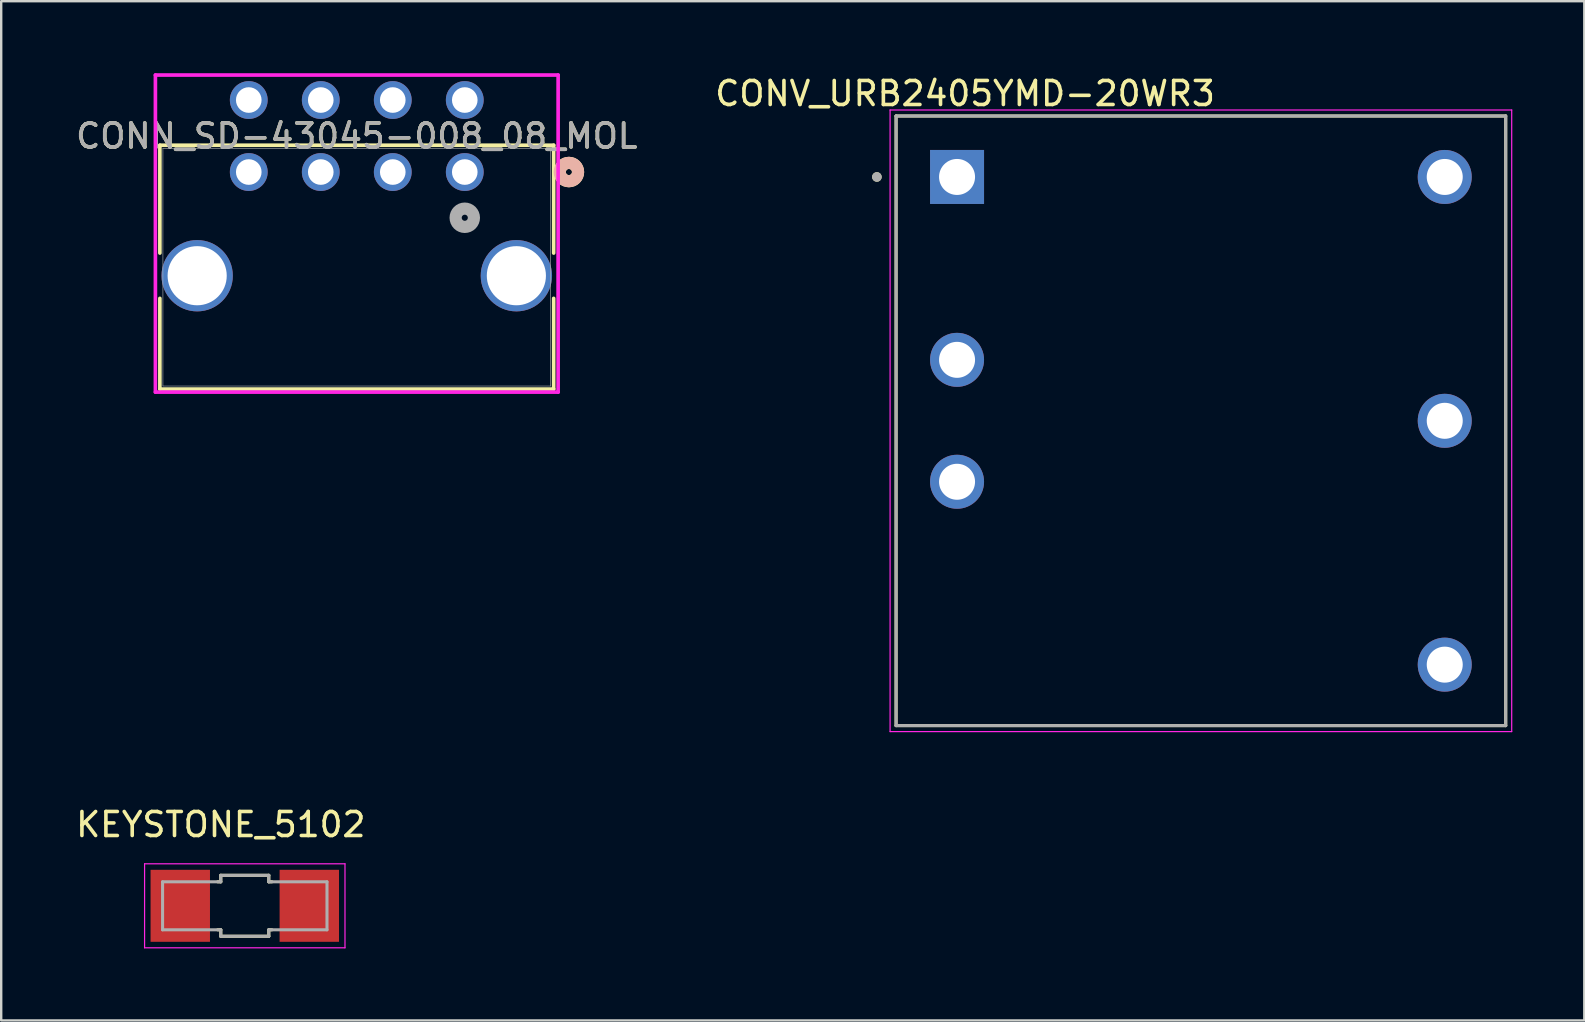
<source format=kicad_pcb>
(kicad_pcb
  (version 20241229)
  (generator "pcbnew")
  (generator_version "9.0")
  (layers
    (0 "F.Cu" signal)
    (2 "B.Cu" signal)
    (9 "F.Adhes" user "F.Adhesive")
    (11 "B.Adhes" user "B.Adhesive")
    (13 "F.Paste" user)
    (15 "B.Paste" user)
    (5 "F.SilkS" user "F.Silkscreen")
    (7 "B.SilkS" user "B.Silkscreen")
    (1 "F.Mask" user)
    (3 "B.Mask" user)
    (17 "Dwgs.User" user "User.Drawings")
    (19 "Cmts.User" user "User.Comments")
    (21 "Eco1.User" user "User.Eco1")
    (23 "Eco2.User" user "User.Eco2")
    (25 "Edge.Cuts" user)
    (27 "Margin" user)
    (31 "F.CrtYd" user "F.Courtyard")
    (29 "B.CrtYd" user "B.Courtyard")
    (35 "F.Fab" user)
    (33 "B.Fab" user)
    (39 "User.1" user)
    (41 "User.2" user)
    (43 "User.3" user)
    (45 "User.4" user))
  (footprint "CONV_URB2405YMD-20WR3"
    (layer "F.Cu")
    (at 46.986 14.483)
    (property "Reference" "CONV_URB2405YMD-20WR3" (at -9.825 -13.635 0) (layer "F.SilkS") (effects (font (size 1 1) (thickness 0.15))))
    (attr through_hole)
    (fp_line (start -12.7 -12.7) (end 12.7 -12.7) (stroke (width 0.127) (type solid)) (layer "F.SilkS"))
    (fp_line (start -12.7 12.7) (end -12.7 -12.7) (stroke (width 0.127) (type solid)) (layer "F.SilkS"))
    (fp_line (start 12.7 -12.7) (end 12.7 12.7) (stroke (width 0.127) (type solid)) (layer "F.SilkS"))
    (fp_line (start 12.7 12.7) (end -12.7 12.7) (stroke (width 0.127) (type solid)) (layer "F.SilkS"))
    (fp_circle (center -13.5 -10.16) (end -13.4 -10.16) (stroke (width 0.2) (type solid)) (fill no) (layer "F.SilkS"))
    (fp_line (start -12.95 -12.95) (end 12.95 -12.95) (stroke (width 0.05) (type solid)) (layer "F.CrtYd"))
    (fp_line (start -12.95 12.95) (end -12.95 -12.95) (stroke (width 0.05) (type solid)) (layer "F.CrtYd"))
    (fp_line (start 12.95 -12.95) (end 12.95 12.95) (stroke (width 0.05) (type solid)) (layer "F.CrtYd"))
    (fp_line (start 12.95 12.95) (end -12.95 12.95) (stroke (width 0.05) (type solid)) (layer "F.CrtYd"))
    (fp_line (start -12.7 -12.7) (end -12.7 12.7) (stroke (width 0.127) (type solid)) (layer "F.Fab"))
    (fp_line (start -12.7 -12.7) (end 12.7 -12.7) (stroke (width 0.127) (type solid)) (layer "F.Fab"))
    (fp_line (start -12.7 12.7) (end 12.7 12.7) (stroke (width 0.127) (type solid)) (layer "F.Fab"))
    (fp_line (start 12.7 12.7) (end 12.7 -12.7) (stroke (width 0.127) (type solid)) (layer "F.Fab"))
    (fp_circle (center -13.5 -10.16) (end -13.4 -10.16) (stroke (width 0.2) (type solid)) (fill no) (layer "F.Fab"))
    (pad "1" thru_hole rect (at -10.16 -10.16) (size 2.25 2.25) (drill 1.5) (layers "*.Cu" "*.Mask"))
    (pad "2" thru_hole circle (at -10.16 -2.54) (size 2.25 2.25) (drill 1.5) (layers "*.Cu" "*.Mask"))
    (pad "3" thru_hole circle (at -10.16 2.54) (size 2.25 2.25) (drill 1.5) (layers "*.Cu" "*.Mask"))
    (pad "4" thru_hole circle (at 10.16 10.16) (size 2.25 2.25) (drill 1.5) (layers "*.Cu" "*.Mask"))
    (pad "5" thru_hole circle (at 10.16 0) (size 2.25 2.25) (drill 1.5) (layers "*.Cu" "*.Mask"))
    (pad "6" thru_hole circle (at 10.16 -10.16) (size 2.25 2.25) (drill 1.5) (layers "*.Cu" "*.Mask")))
  (footprint "CONN_SD-43045-008_08_MOL"
    (layer "F.Cu")
    (at 16.315 4.118)
    (property "Reference" "CONN_SD-43045-008_08_MOL" (at -4.5 -1.5 0) (unlocked yes) (layer "F.SilkS") (effects (font (size 1 1) (thickness 0.15))))
    (attr through_hole)
    (fp_line (start -12.704 -1.117) (end -12.704 3.376) (stroke (width 0.152) (type solid)) (layer "F.SilkS"))
    (fp_line (start -12.704 5.264) (end -12.704 9.043) (stroke (width 0.152) (type solid)) (layer "F.SilkS"))
    (fp_line (start -12.704 9.043) (end 3.704 9.043) (stroke (width 0.152) (type solid)) (layer "F.SilkS"))
    (fp_line (start 3.704 -1.117) (end -12.704 -1.117) (stroke (width 0.152) (type solid)) (layer "F.SilkS"))
    (fp_line (start 3.704 3.376) (end 3.704 -1.117) (stroke (width 0.152) (type solid)) (layer "F.SilkS"))
    (fp_line (start 3.704 9.043) (end 3.704 5.264) (stroke (width 0.152) (type solid)) (layer "F.SilkS"))
    (fp_circle (center 4.339 0) (end 4.72 0) (stroke (width 0.508) (type solid)) (fill no) (layer "F.SilkS"))
    (fp_circle (center 4.339 0) (end 4.72 0) (stroke (width 0.508) (type solid)) (fill no) (layer "B.SilkS"))
    (fp_line (start -12.89 -4.041) (end -12.89 9.17) (stroke (width 0.152) (type solid)) (layer "F.CrtYd"))
    (fp_line (start -12.89 9.17) (end 3.89 9.17) (stroke (width 0.152) (type solid)) (layer "F.CrtYd"))
    (fp_line (start 3.89 -4.041) (end -12.89 -4.041) (stroke (width 0.152) (type solid)) (layer "F.CrtYd"))
    (fp_line (start 3.89 9.17) (end 3.89 -4.041) (stroke (width 0.152) (type solid)) (layer "F.CrtYd"))
    (fp_line (start -12.577 -0.99) (end -12.577 8.916) (stroke (width 0.025) (type solid)) (layer "F.Fab"))
    (fp_line (start -12.577 8.916) (end 3.577 8.916) (stroke (width 0.025) (type solid)) (layer "F.Fab"))
    (fp_line (start 3.577 -0.99) (end -12.577 -0.99) (stroke (width 0.025) (type solid)) (layer "F.Fab"))
    (fp_line (start 3.577 8.916) (end 3.577 -0.99) (stroke (width 0.025) (type solid)) (layer "F.Fab"))
    (fp_circle (center 0 1.905) (end 0.381 1.905) (stroke (width 0.508) (type solid)) (fill no) (layer "F.Fab"))
    (fp_text user "${REFERENCE}" (at -4.5 -1.5 0) (unlocked yes) (layer "F.Fab") (effects (font (size 1 1) (thickness 0.15))))
    (pad "1" thru_hole circle (at 0 0) (size 1.575 1.575) (drill 1.067) (layers "*.Cu" "*.Mask"))
    (pad "2" thru_hole circle (at -3 0) (size 1.575 1.575) (drill 1.067) (layers "*.Cu" "*.Mask"))
    (pad "3" thru_hole circle (at -6 0) (size 1.575 1.575) (drill 1.067) (layers "*.Cu" "*.Mask"))
    (pad "4" thru_hole circle (at -9 0) (size 1.575 1.575) (drill 1.067) (layers "*.Cu" "*.Mask"))
    (pad "5" thru_hole circle (at 0 -3) (size 1.575 1.575) (drill 1.067) (layers "*.Cu" "*.Mask"))
    (pad "6" thru_hole circle (at -3 -3) (size 1.575 1.575) (drill 1.067) (layers "*.Cu" "*.Mask"))
    (pad "7" thru_hole circle (at -6 -3) (size 1.575 1.575) (drill 1.067) (layers "*.Cu" "*.Mask"))
    (pad "8" thru_hole circle (at -9 -3) (size 1.575 1.575) (drill 1.067) (layers "*.Cu" "*.Mask"))
    (pad "9" thru_hole circle (at -11.15 4.32) (size 2.972 2.972) (drill 2.464) (layers "*.Cu" "*.Mask"))
    (pad "10" thru_hole circle (at 2.15 4.32) (size 2.972 2.972) (drill 2.464) (layers "*.Cu" "*.Mask")))
  (footprint "KEYSTONE_5102"
    (layer "F.Cu")
    (at 7.149 34.691)
    (property "Reference" "KEYSTONE_5102" (at -1 -3.385 0) (layer "F.SilkS") (effects (font (size 1 1) (thickness 0.15))))
    (attr smd)
    (fp_line (start -1.13 -1) (end -1 -1) (stroke (width 0.127) (type solid)) (layer "F.SilkS"))
    (fp_line (start -1 -1.27) (end 1 -1.27) (stroke (width 0.127) (type solid)) (layer "F.SilkS"))
    (fp_line (start -1 -1) (end -1 -1.27) (stroke (width 0.127) (type solid)) (layer "F.SilkS"))
    (fp_line (start -1 1) (end -1.13 1) (stroke (width 0.127) (type solid)) (layer "F.SilkS"))
    (fp_line (start -1 1.27) (end -1 1) (stroke (width 0.127) (type solid)) (layer "F.SilkS"))
    (fp_line (start 1 -1.27) (end 1 -1) (stroke (width 0.127) (type solid)) (layer "F.SilkS"))
    (fp_line (start 1 -1) (end 1.13 -1) (stroke (width 0.127) (type solid)) (layer "F.SilkS"))
    (fp_line (start 1 1) (end 1 1.27) (stroke (width 0.127) (type solid)) (layer "F.SilkS"))
    (fp_line (start 1 1.27) (end -1 1.27) (stroke (width 0.127) (type solid)) (layer "F.SilkS"))
    (fp_line (start 1.13 1) (end 1 1) (stroke (width 0.127) (type solid)) (layer "F.SilkS"))
    (fp_line (start -4.175 -1.75) (end -4.175 1.75) (stroke (width 0.05) (type solid)) (layer "F.CrtYd"))
    (fp_line (start -4.175 1.75) (end 4.175 1.75) (stroke (width 0.05) (type solid)) (layer "F.CrtYd"))
    (fp_line (start 4.175 -1.75) (end -4.175 -1.75) (stroke (width 0.05) (type solid)) (layer "F.CrtYd"))
    (fp_line (start 4.175 1.75) (end 4.175 -1.75) (stroke (width 0.05) (type solid)) (layer "F.CrtYd"))
    (fp_line (start -3.425 -1) (end -1 -1) (stroke (width 0.127) (type solid)) (layer "F.Fab"))
    (fp_line (start -3.425 1) (end -3.425 -1) (stroke (width 0.127) (type solid)) (layer "F.Fab"))
    (fp_line (start -1 -1.27) (end 1 -1.27) (stroke (width 0.127) (type solid)) (layer "F.Fab"))
    (fp_line (start -1 -1) (end -1 -1.27) (stroke (width 0.127) (type solid)) (layer "F.Fab"))
    (fp_line (start -1 1) (end -3.425 1) (stroke (width 0.127) (type solid)) (layer "F.Fab"))
    (fp_line (start -1 1.27) (end -1 1) (stroke (width 0.127) (type solid)) (layer "F.Fab"))
    (fp_line (start 1 -1.27) (end 1 -1) (stroke (width 0.127) (type solid)) (layer "F.Fab"))
    (fp_line (start 1 -1) (end 3.425 -1) (stroke (width 0.127) (type solid)) (layer "F.Fab"))
    (fp_line (start 1 1) (end 1 1.27) (stroke (width 0.127) (type solid)) (layer "F.Fab"))
    (fp_line (start 1 1.27) (end -1 1.27) (stroke (width 0.127) (type solid)) (layer "F.Fab"))
    (fp_line (start 3.425 -1) (end 3.425 1) (stroke (width 0.127) (type solid)) (layer "F.Fab"))
    (fp_line (start 3.425 1) (end 1 1) (stroke (width 0.127) (type solid)) (layer "F.Fab"))
    (pad "1" smd rect (at -2.688 0) (size 2.475 3) (layers "F.Cu" "F.Mask" "F.Paste"))
    (pad "2" smd rect (at 2.688 0) (size 2.475 3) (layers "F.Cu" "F.Mask" "F.Paste")))
  (gr_rect
    (start -3 -3)
    (end 62.961 39.467)
    (stroke (width 0.1) (type default))
    (fill no)
    (layer "Edge.Cuts")))
</source>
